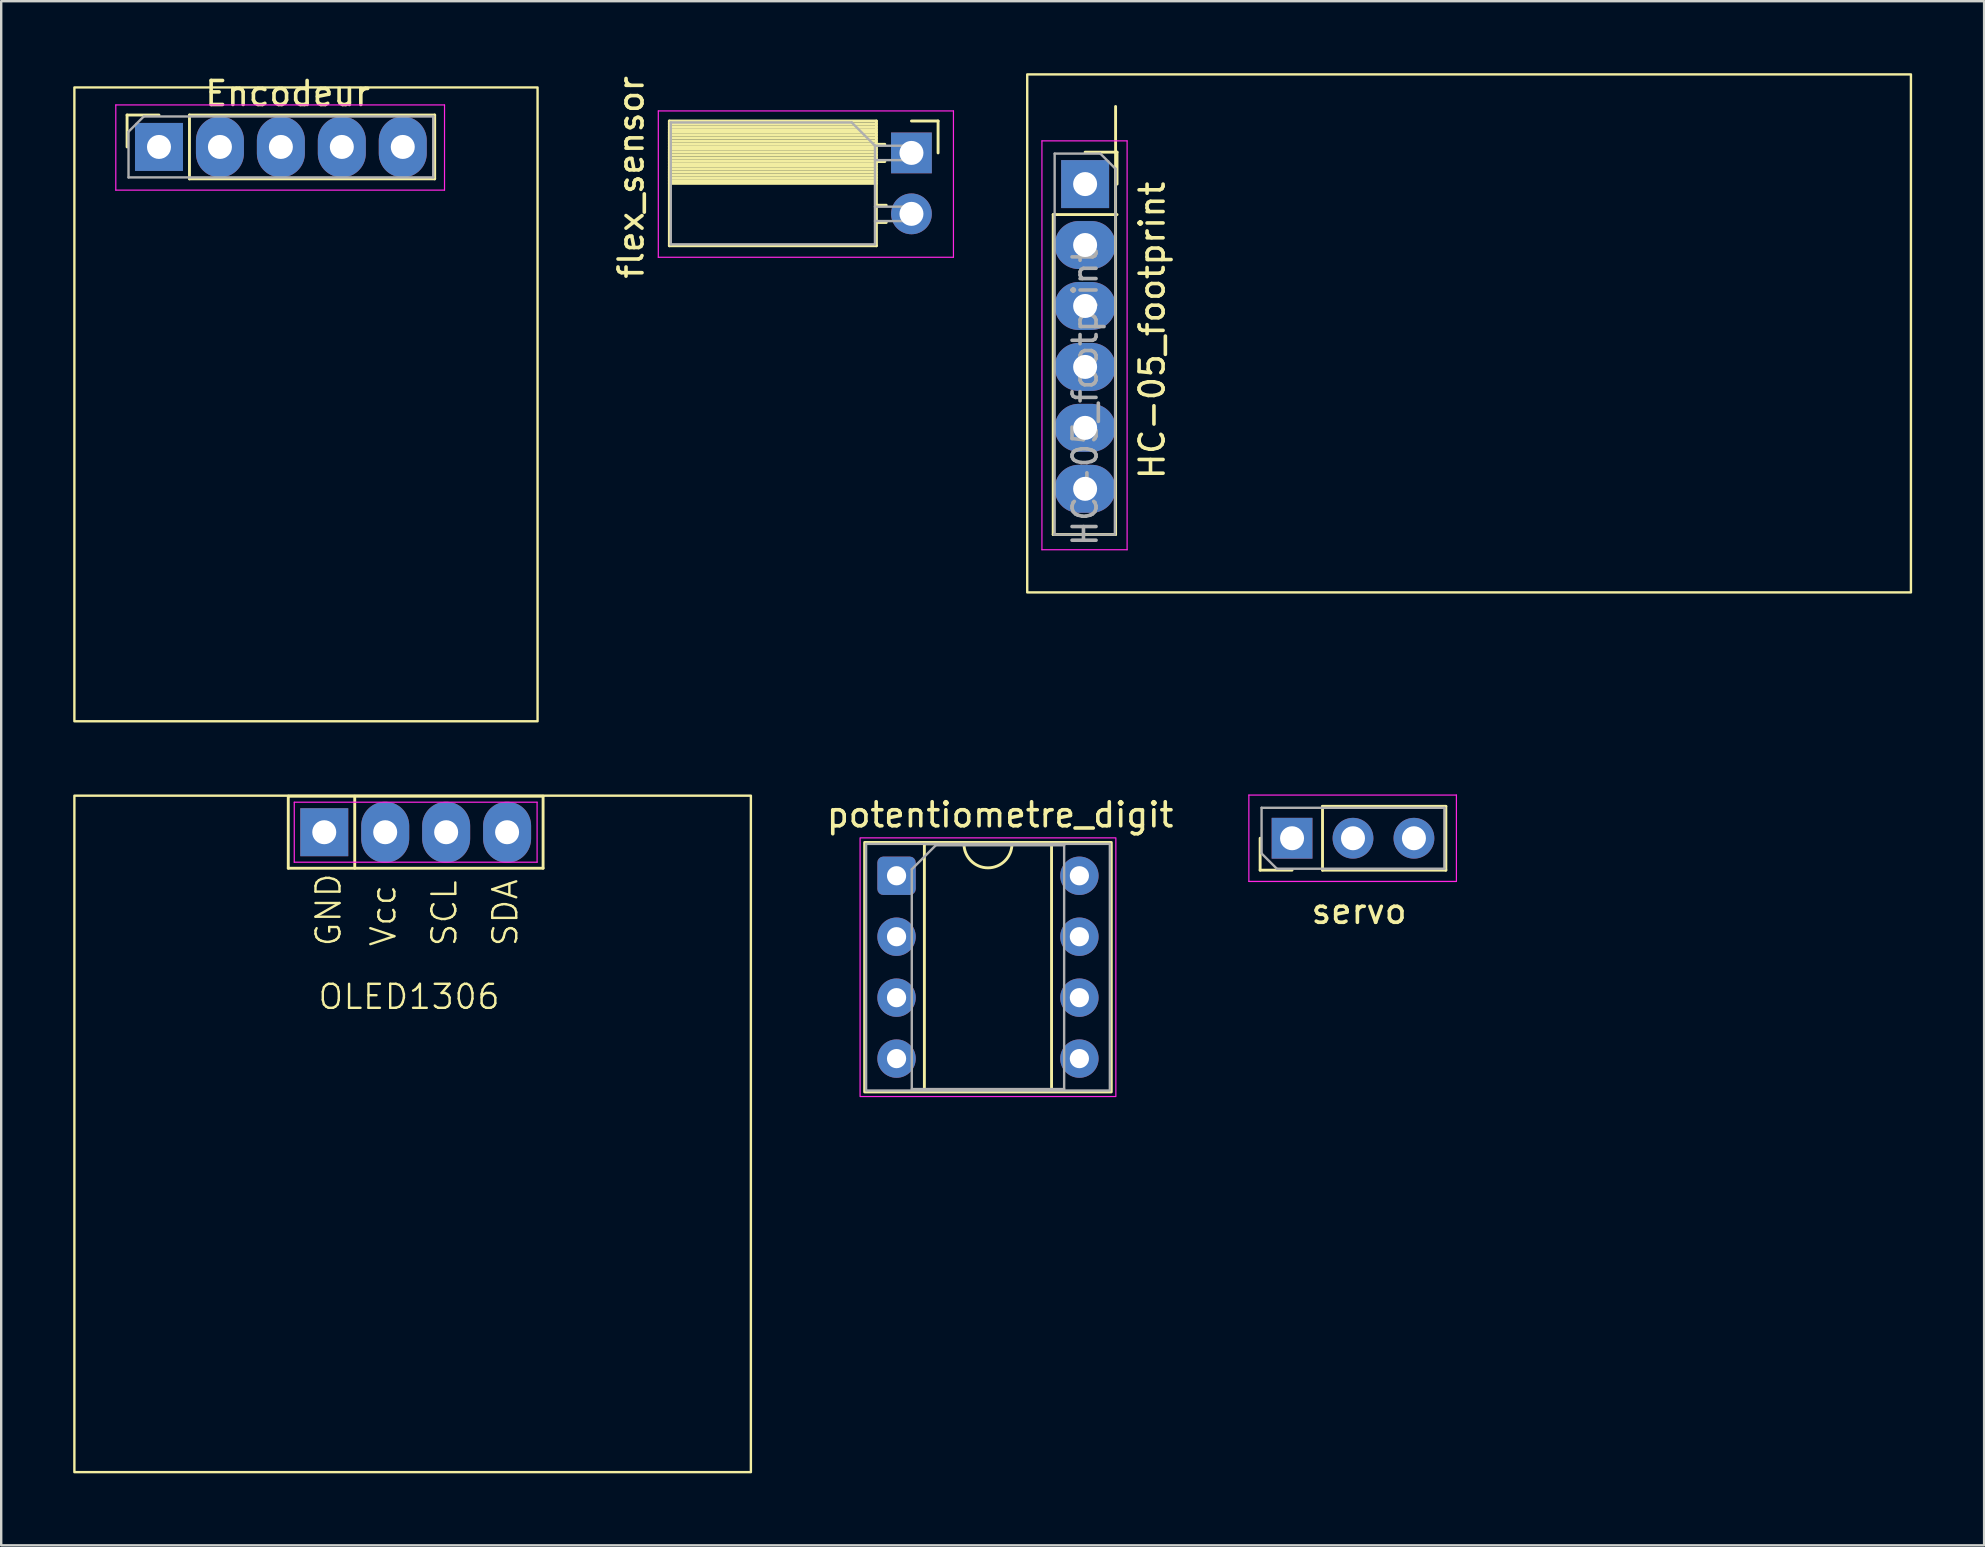
<source format=kicad_pcb>
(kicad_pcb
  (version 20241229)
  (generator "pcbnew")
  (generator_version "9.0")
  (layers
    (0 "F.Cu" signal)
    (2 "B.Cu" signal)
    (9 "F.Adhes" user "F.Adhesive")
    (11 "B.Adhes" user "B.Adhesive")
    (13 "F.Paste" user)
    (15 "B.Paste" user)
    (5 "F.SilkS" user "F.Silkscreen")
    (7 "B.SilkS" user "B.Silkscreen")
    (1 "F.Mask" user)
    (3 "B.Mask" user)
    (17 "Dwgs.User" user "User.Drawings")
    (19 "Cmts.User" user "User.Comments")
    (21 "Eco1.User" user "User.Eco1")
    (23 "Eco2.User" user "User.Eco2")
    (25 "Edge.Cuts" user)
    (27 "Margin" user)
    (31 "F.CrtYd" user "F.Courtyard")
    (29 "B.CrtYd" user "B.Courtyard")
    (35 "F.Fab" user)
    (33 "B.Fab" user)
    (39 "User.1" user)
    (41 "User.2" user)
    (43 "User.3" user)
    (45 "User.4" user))
  (footprint "flex_sensor"
    (layer "F.Cu")
    (at 34.936 3.323)
    (property "Reference" "flex_sensor" (at -11.684 1.016 90) (layer "F.SilkS") (effects (font (size 1 1) (thickness 0.15))))
    (attr through_hole)
    (fp_line (start -10.09 -1.33) (end -10.09 3.87) (stroke (width 0.12) (type solid)) (layer "F.SilkS"))
    (fp_line (start -10.09 -1.33) (end -1.46 -1.33) (stroke (width 0.12) (type solid)) (layer "F.SilkS"))
    (fp_line (start -10.09 -1.21) (end -1.46 -1.21) (stroke (width 0.12) (type solid)) (layer "F.SilkS"))
    (fp_line (start -10.09 -1.092) (end -1.46 -1.092) (stroke (width 0.12) (type solid)) (layer "F.SilkS"))
    (fp_line (start -10.09 -0.974) (end -1.46 -0.974) (stroke (width 0.12) (type solid)) (layer "F.SilkS"))
    (fp_line (start -10.09 -0.856) (end -1.46 -0.856) (stroke (width 0.12) (type solid)) (layer "F.SilkS"))
    (fp_line (start -10.09 -0.738) (end -1.46 -0.738) (stroke (width 0.12) (type solid)) (layer "F.SilkS"))
    (fp_line (start -10.09 -0.62) (end -1.46 -0.62) (stroke (width 0.12) (type solid)) (layer "F.SilkS"))
    (fp_line (start -10.09 -0.501) (end -1.46 -0.501) (stroke (width 0.12) (type solid)) (layer "F.SilkS"))
    (fp_line (start -10.09 -0.383) (end -1.46 -0.383) (stroke (width 0.12) (type solid)) (layer "F.SilkS"))
    (fp_line (start -10.09 -0.265) (end -1.46 -0.265) (stroke (width 0.12) (type solid)) (layer "F.SilkS"))
    (fp_line (start -10.09 -0.147) (end -1.46 -0.147) (stroke (width 0.12) (type solid)) (layer "F.SilkS"))
    (fp_line (start -10.09 -0.029) (end -1.46 -0.029) (stroke (width 0.12) (type solid)) (layer "F.SilkS"))
    (fp_line (start -10.09 0.089) (end -1.46 0.089) (stroke (width 0.12) (type solid)) (layer "F.SilkS"))
    (fp_line (start -10.09 0.207) (end -1.46 0.207) (stroke (width 0.12) (type solid)) (layer "F.SilkS"))
    (fp_line (start -10.09 0.325) (end -1.46 0.325) (stroke (width 0.12) (type solid)) (layer "F.SilkS"))
    (fp_line (start -10.09 0.443) (end -1.46 0.443) (stroke (width 0.12) (type solid)) (layer "F.SilkS"))
    (fp_line (start -10.09 0.561) (end -1.46 0.561) (stroke (width 0.12) (type solid)) (layer "F.SilkS"))
    (fp_line (start -10.09 0.68) (end -1.46 0.68) (stroke (width 0.12) (type solid)) (layer "F.SilkS"))
    (fp_line (start -10.09 0.798) (end -1.46 0.798) (stroke (width 0.12) (type solid)) (layer "F.SilkS"))
    (fp_line (start -10.09 0.916) (end -1.46 0.916) (stroke (width 0.12) (type solid)) (layer "F.SilkS"))
    (fp_line (start -10.09 1.034) (end -1.46 1.034) (stroke (width 0.12) (type solid)) (layer "F.SilkS"))
    (fp_line (start -10.09 1.152) (end -1.46 1.152) (stroke (width 0.12) (type solid)) (layer "F.SilkS"))
    (fp_line (start -10.09 1.27) (end -1.46 1.27) (stroke (width 0.12) (type solid)) (layer "F.SilkS"))
    (fp_line (start -10.09 3.87) (end -1.46 3.87) (stroke (width 0.12) (type solid)) (layer "F.SilkS"))
    (fp_line (start -1.46 -1.33) (end -1.46 3.87) (stroke (width 0.12) (type solid)) (layer "F.SilkS"))
    (fp_line (start -1.46 -0.36) (end -1.11 -0.36) (stroke (width 0.12) (type solid)) (layer "F.SilkS"))
    (fp_line (start -1.46 0.36) (end -1.11 0.36) (stroke (width 0.12) (type solid)) (layer "F.SilkS"))
    (fp_line (start -1.46 2.18) (end -1.05 2.18) (stroke (width 0.12) (type solid)) (layer "F.SilkS"))
    (fp_line (start -1.46 2.9) (end -1.05 2.9) (stroke (width 0.12) (type solid)) (layer "F.SilkS"))
    (fp_line (start 0 -1.33) (end 1.11 -1.33) (stroke (width 0.12) (type solid)) (layer "F.SilkS"))
    (fp_line (start 1.11 -1.33) (end 1.11 0) (stroke (width 0.12) (type solid)) (layer "F.SilkS"))
    (fp_line (start -10.55 -1.75) (end -10.55 4.35) (stroke (width 0.05) (type solid)) (layer "F.CrtYd"))
    (fp_line (start -10.55 4.35) (end 1.75 4.35) (stroke (width 0.05) (type solid)) (layer "F.CrtYd"))
    (fp_line (start 1.75 -1.75) (end -10.55 -1.75) (stroke (width 0.05) (type solid)) (layer "F.CrtYd"))
    (fp_line (start 1.75 4.35) (end 1.75 -1.75) (stroke (width 0.05) (type solid)) (layer "F.CrtYd"))
    (fp_line (start -10.03 -1.27) (end -2.49 -1.27) (stroke (width 0.1) (type solid)) (layer "F.Fab"))
    (fp_line (start -10.03 3.81) (end -10.03 -1.27) (stroke (width 0.1) (type solid)) (layer "F.Fab"))
    (fp_line (start -2.49 -1.27) (end -1.52 -0.3) (stroke (width 0.1) (type solid)) (layer "F.Fab"))
    (fp_line (start -1.52 -0.3) (end -1.52 3.81) (stroke (width 0.1) (type solid)) (layer "F.Fab"))
    (fp_line (start -1.52 0.3) (end 0 0.3) (stroke (width 0.1) (type solid)) (layer "F.Fab"))
    (fp_line (start -1.52 2.84) (end 0 2.84) (stroke (width 0.1) (type solid)) (layer "F.Fab"))
    (fp_line (start -1.52 3.81) (end -10.03 3.81) (stroke (width 0.1) (type solid)) (layer "F.Fab"))
    (fp_line (start 0 -0.3) (end -1.52 -0.3) (stroke (width 0.1) (type solid)) (layer "F.Fab"))
    (fp_line (start 0 0.3) (end 0 -0.3) (stroke (width 0.1) (type solid)) (layer "F.Fab"))
    (fp_line (start 0 2.24) (end -1.52 2.24) (stroke (width 0.1) (type solid)) (layer "F.Fab"))
    (fp_line (start 0 2.84) (end 0 2.24) (stroke (width 0.1) (type solid)) (layer "F.Fab"))
    (pad "1" thru_hole rect (at 0 0) (size 1.7 1.7) (drill 1) (layers "*.Cu" "*.Mask"))
    (pad "2" thru_hole oval (at 0 2.54) (size 1.7 1.7) (drill 1) (layers "*.Cu" "*.Mask")))
  (footprint "Encodeur"
    (layer "F.Cu")
    (at 8.686 3.134)
    (property "Reference" "Encodeur" (at 0.254 -2.286 180) (layer "F.SilkS") (effects (font (size 1 1) (thickness 0.15))))
    (attr through_hole)
    (fp_line (start -6.44 -1.39) (end -5.11 -1.39) (stroke (width 0.12) (type solid)) (layer "F.SilkS"))
    (fp_line (start -6.44 -0.06) (end -6.44 -1.39) (stroke (width 0.12) (type solid)) (layer "F.SilkS"))
    (fp_line (start -3.84 -1.39) (end 6.38 -1.39) (stroke (width 0.12) (type solid)) (layer "F.SilkS"))
    (fp_line (start -3.84 1.27) (end -3.84 -1.39) (stroke (width 0.12) (type solid)) (layer "F.SilkS"))
    (fp_line (start -3.84 1.27) (end 6.38 1.27) (stroke (width 0.12) (type solid)) (layer "F.SilkS"))
    (fp_line (start 6.38 1.27) (end 6.38 -1.39) (stroke (width 0.12) (type solid)) (layer "F.SilkS"))
    (fp_rect (start -8.636 -2.54) (end 10.668 23.876) (stroke (width 0.1) (type default)) (fill no) (layer "F.SilkS"))
    (fp_line (start -6.91 -1.81) (end 6.79 -1.81) (stroke (width 0.05) (type solid)) (layer "F.CrtYd"))
    (fp_line (start -6.91 1.74) (end -6.91 -1.81) (stroke (width 0.05) (type solid)) (layer "F.CrtYd"))
    (fp_line (start 6.79 -1.81) (end 6.79 1.74) (stroke (width 0.05) (type solid)) (layer "F.CrtYd"))
    (fp_line (start 6.79 1.74) (end -6.91 1.74) (stroke (width 0.05) (type solid)) (layer "F.CrtYd"))
    (fp_line (start -6.38 -0.695) (end -5.745 -1.33) (stroke (width 0.1) (type solid)) (layer "F.Fab"))
    (fp_line (start -6.38 1.21) (end -6.38 -0.695) (stroke (width 0.1) (type solid)) (layer "F.Fab"))
    (fp_line (start -5.745 -1.33) (end 6.32 -1.33) (stroke (width 0.1) (type solid)) (layer "F.Fab"))
    (fp_line (start 6.32 -1.33) (end 6.32 1.21) (stroke (width 0.1) (type solid)) (layer "F.Fab"))
    (fp_line (start 6.32 1.21) (end -6.38 1.21) (stroke (width 0.1) (type solid)) (layer "F.Fab"))
    (pad "1" thru_hole rect (at -5.11 -0.06 90) (size 2 2) (drill 1) (layers "*.Cu" "*.Mask"))
    (pad "2" thru_hole oval (at -2.57 -0.06 90) (size 2.54 2) (drill 1) (layers "*.Cu" "*.Mask"))
    (pad "3" thru_hole oval (at -0.03 -0.06 90) (size 2.54 2) (drill 1) (layers "*.Cu" "*.Mask"))
    (pad "4" thru_hole oval (at 2.51 -0.06 90) (size 2.54 2) (drill 1) (layers "*.Cu" "*.Mask"))
    (pad "5" thru_hole oval (at 5.05 -0.06 90) (size 2.54 2) (drill 1) (layers "*.Cu" "*.Mask")))
  (footprint "HC-05_footprint"
    (layer "F.Cu")
    (at 42.174 4.622)
    (property "Reference" "HC-05_footprint" (at 2.794 6.096 90) (layer "F.SilkS") (effects (font (size 1 1) (thickness 0.15))))
    (attr through_hole)
    (fp_line (start -1.33 1.27) (end -1.33 14.605) (stroke (width 0.12) (type solid)) (layer "F.SilkS"))
    (fp_line (start -1.33 1.27) (end 1.33 1.27) (stroke (width 0.12) (type solid)) (layer "F.SilkS"))
    (fp_line (start -1.33 14.605) (end 1.27 14.605) (stroke (width 0.12) (type solid)) (layer "F.SilkS"))
    (fp_line (start 0 -1.33) (end 1.33 -1.33) (stroke (width 0.12) (type solid)) (layer "F.SilkS"))
    (fp_line (start 1.27 -3.235) (end 1.27 14.605) (stroke (width 0.12) (type solid)) (layer "F.SilkS"))
    (fp_line (start 1.33 -1.33) (end 1.33 0) (stroke (width 0.12) (type solid)) (layer "F.SilkS"))
    (fp_rect (start -2.413 -4.572) (end 34.417 17.018) (stroke (width 0.1) (type default)) (fill no) (layer "F.SilkS"))
    (fp_line (start -1.8 -1.8) (end 1.75 -1.8) (stroke (width 0.05) (type solid)) (layer "F.CrtYd"))
    (fp_line (start -1.8 15.24) (end -1.8 -1.8) (stroke (width 0.05) (type solid)) (layer "F.CrtYd"))
    (fp_line (start 1.75 -1.8) (end 1.75 15.24) (stroke (width 0.05) (type solid)) (layer "F.CrtYd"))
    (fp_line (start 1.75 15.24) (end -1.8 15.24) (stroke (width 0.05) (type solid)) (layer "F.CrtYd"))
    (fp_line (start -1.27 -1.27) (end 0.635 -1.27) (stroke (width 0.1) (type solid)) (layer "F.Fab"))
    (fp_line (start -1.27 14.605) (end -1.27 -1.27) (stroke (width 0.1) (type solid)) (layer "F.Fab"))
    (fp_line (start 0.635 -1.27) (end 1.27 -0.635) (stroke (width 0.1) (type solid)) (layer "F.Fab"))
    (fp_line (start 1.24 14.605) (end -1.3 14.605) (stroke (width 0.1) (type solid)) (layer "F.Fab"))
    (fp_line (start 1.27 -0.635) (end 1.24 14.605) (stroke (width 0.1) (type solid)) (layer "F.Fab"))
    (fp_text user "${REFERENCE}" (at 0 8.89 90) (layer "F.Fab") (effects (font (size 1 1) (thickness 0.15))))
    (pad "1" thru_hole rect (at 0 0) (size 2 2) (drill 1) (layers "*.Cu" "*.Mask"))
    (pad "2" thru_hole oval (at 0 2.54) (size 2.54 2) (drill 1) (layers "*.Cu" "*.Mask"))
    (pad "3" thru_hole oval (at 0 5.08) (size 2.54 2) (drill 1) (layers "*.Cu" "*.Mask"))
    (pad "4" thru_hole oval (at 0 7.62) (size 2.54 2) (drill 1) (layers "*.Cu" "*.Mask"))
    (pad "5" thru_hole oval (at 0 10.16) (size 2.54 2) (drill 1) (layers "*.Cu" "*.Mask"))
    (pad "6" thru_hole oval (at 0 12.7) (size 2.54 2) (drill 1) (layers "*.Cu" "*.Mask")))
  (footprint "OLED1306"
    (layer "F.Cu")
    (at 13.744 42.304)
    (property "Reference" "OLED1306" (at 0.254 -3.81 0) (unlocked yes) (layer "F.SilkS") (effects (font (size 1 1) (thickness 0.1))))
    (attr smd)
    (fp_line (start -4.78 -12.17) (end 5.84 -12.17) (stroke (width 0.12) (type default)) (layer "F.SilkS"))
    (fp_line (start -4.78 -9.17) (end -4.78 -12.17) (stroke (width 0.12) (type default)) (layer "F.SilkS"))
    (fp_line (start -2.01 -12.17) (end -2.01 -9.17) (stroke (width 0.12) (type default)) (layer "F.SilkS"))
    (fp_line (start 5.84 -12.17) (end 5.84 -9.17) (stroke (width 0.12) (type default)) (layer "F.SilkS"))
    (fp_line (start 5.84 -9.17) (end -4.78 -9.17) (stroke (width 0.12) (type default)) (layer "F.SilkS"))
    (fp_rect (start -13.694 -12.194) (end 14.5 16) (stroke (width 0.1) (type default)) (fill no) (layer "F.SilkS"))
    (fp_line (start -4.53 -11.92) (end 5.59 -11.92) (stroke (width 0.05) (type default)) (layer "F.CrtYd"))
    (fp_line (start -4.53 -9.42) (end -4.53 -11.92) (stroke (width 0.05) (type default)) (layer "F.CrtYd"))
    (fp_line (start 5.59 -11.92) (end 5.59 -9.42) (stroke (width 0.05) (type default)) (layer "F.CrtYd"))
    (fp_line (start 5.59 -9.42) (end -4.53 -9.42) (stroke (width 0.05) (type default)) (layer "F.CrtYd"))
    (fp_text user "Vcc" (at -0.232 -5.844 90) (unlocked yes) (layer "F.SilkS") (effects (font (size 1 1) (thickness 0.1)) (justify left bottom)))
    (fp_text user "SCL" (at 2.308 -5.844 90) (unlocked yes) (layer "F.SilkS") (effects (font (size 1 1) (thickness 0.1)) (justify left bottom)))
    (fp_text user "SDA" (at 4.848 -5.844 90) (unlocked yes) (layer "F.SilkS") (effects (font (size 1 1) (thickness 0.1)) (justify left bottom)))
    (fp_text user "GND" (at -2.518 -5.844 90) (unlocked yes) (layer "F.SilkS") (effects (font (size 1 1) (thickness 0.1)) (justify left bottom)))
    (pad "1" thru_hole rect (at -3.28 -10.67) (size 2 2) (drill 1) (layers "*.Cu" "*.Mask"))
    (pad "2" thru_hole oval (at -0.74 -10.67) (size 2 2.54) (drill 1) (layers "*.Cu" "*.Mask"))
    (pad "3" thru_hole oval (at 1.8 -10.67) (size 2 2.54) (drill 1) (layers "*.Cu" "*.Mask"))
    (pad "4" thru_hole oval (at 4.34 -10.67) (size 2 2.54) (drill 1) (layers "*.Cu" "*.Mask")))
  (footprint "servo"
    (layer "F.Cu")
    (at 53.338 31.885)
    (property "Reference" "servo" (at 0.254 3.048 180) (layer "F.SilkS") (effects (font (size 1 1) (thickness 0.15))))
    (attr through_hole)
    (fp_line (start -3.87 1.33) (end -3.87 0) (stroke (width 0.12) (type solid)) (layer "F.SilkS"))
    (fp_line (start -2.54 1.33) (end -3.87 1.33) (stroke (width 0.12) (type solid)) (layer "F.SilkS"))
    (fp_line (start -1.27 -1.33) (end 3.87 -1.33) (stroke (width 0.12) (type solid)) (layer "F.SilkS"))
    (fp_line (start -1.27 1.33) (end -1.27 -1.33) (stroke (width 0.12) (type solid)) (layer "F.SilkS"))
    (fp_line (start -1.27 1.33) (end 3.87 1.33) (stroke (width 0.12) (type solid)) (layer "F.SilkS"))
    (fp_line (start 3.87 1.33) (end 3.87 -1.33) (stroke (width 0.12) (type solid)) (layer "F.SilkS"))
    (fp_line (start -4.34 -1.8) (end -4.34 1.8) (stroke (width 0.05) (type solid)) (layer "F.CrtYd"))
    (fp_line (start -4.34 1.8) (end 4.31 1.8) (stroke (width 0.05) (type solid)) (layer "F.CrtYd"))
    (fp_line (start 4.31 -1.8) (end -4.34 -1.8) (stroke (width 0.05) (type solid)) (layer "F.CrtYd"))
    (fp_line (start 4.31 1.8) (end 4.31 -1.8) (stroke (width 0.05) (type solid)) (layer "F.CrtYd"))
    (fp_line (start -3.81 -1.27) (end 3.81 -1.27) (stroke (width 0.1) (type solid)) (layer "F.Fab"))
    (fp_line (start -3.81 0.635) (end -3.81 -1.27) (stroke (width 0.1) (type solid)) (layer "F.Fab"))
    (fp_line (start -3.175 1.27) (end -3.81 0.635) (stroke (width 0.1) (type solid)) (layer "F.Fab"))
    (fp_line (start 3.81 -1.27) (end 3.81 1.27) (stroke (width 0.1) (type solid)) (layer "F.Fab"))
    (fp_line (start 3.81 1.27) (end -3.175 1.27) (stroke (width 0.1) (type solid)) (layer "F.Fab"))
    (pad "1" thru_hole rect (at -2.54 0 90) (size 1.7 1.7) (drill 1) (layers "*.Cu" "*.Mask"))
    (pad "2" thru_hole oval (at 0 0 90) (size 1.7 1.7) (drill 1) (layers "*.Cu" "*.Mask"))
    (pad "3" thru_hole oval (at 2.54 0 90) (size 1.7 1.7) (drill 1) (layers "*.Cu" "*.Mask")))
  (footprint "potentiometre_digit"
    (layer "F.Cu")
    (at 34.315 33.449)
    (property "Reference" "potentiometre_digit" (at 4.318 -2.54 0) (layer "F.SilkS") (effects (font (size 1 1) (thickness 0.15))))
    (attr through_hole)
    (fp_line (start 1.16 -1.33) (end 1.16 8.95) (stroke (width 0.12) (type solid)) (layer "F.SilkS"))
    (fp_line (start 1.16 8.95) (end 6.46 8.95) (stroke (width 0.12) (type solid)) (layer "F.SilkS"))
    (fp_line (start 2.81 -1.33) (end 1.16 -1.33) (stroke (width 0.12) (type solid)) (layer "F.SilkS"))
    (fp_line (start 6.46 -1.33) (end 4.81 -1.33) (stroke (width 0.12) (type solid)) (layer "F.SilkS"))
    (fp_line (start 6.46 8.95) (end 6.46 -1.33) (stroke (width 0.12) (type solid)) (layer "F.SilkS"))
    (fp_rect (start -1.33 -1.39) (end 8.95 9.01) (stroke (width 0.12) (type solid)) (fill no) (layer "F.SilkS"))
    (fp_arc (start 4.81 -1.33) (mid 3.81 -0.33) (end 2.81 -1.33) (stroke (width 0.12) (type solid)) (layer "F.SilkS"))
    (fp_rect (start -1.52 -1.58) (end 9.14 9.2) (stroke (width 0.05) (type solid)) (fill no) (layer "F.CrtYd"))
    (fp_line (start 0.635 -0.27) (end 1.635 -1.27) (stroke (width 0.1) (type solid)) (layer "F.Fab"))
    (fp_line (start 0.635 8.89) (end 0.635 -0.27) (stroke (width 0.1) (type solid)) (layer "F.Fab"))
    (fp_line (start 1.635 -1.27) (end 6.985 -1.27) (stroke (width 0.1) (type solid)) (layer "F.Fab"))
    (fp_line (start 6.985 -1.27) (end 6.985 8.89) (stroke (width 0.1) (type solid)) (layer "F.Fab"))
    (fp_line (start 6.985 8.89) (end 0.635 8.89) (stroke (width 0.1) (type solid)) (layer "F.Fab"))
    (fp_rect (start -1.27 -1.33) (end 8.89 8.95) (stroke (width 0.1) (type solid)) (fill no) (layer "F.Fab"))
    (pad "1" thru_hole roundrect (at 0 0) (size 1.6 1.6) (drill 0.8) (layers "*.Cu" "*.Mask") (roundrect_rratio 0.156))
    (pad "2" thru_hole circle (at 0 2.54) (size 1.6 1.6) (drill 0.8) (layers "*.Cu" "*.Mask"))
    (pad "3" thru_hole circle (at 0 5.08) (size 1.6 1.6) (drill 0.8) (layers "*.Cu" "*.Mask"))
    (pad "4" thru_hole circle (at 0 7.62) (size 1.6 1.6) (drill 0.8) (layers "*.Cu" "*.Mask"))
    (pad "5" thru_hole circle (at 7.62 7.62) (size 1.6 1.6) (drill 0.8) (layers "*.Cu" "*.Mask"))
    (pad "6" thru_hole circle (at 7.62 5.08) (size 1.6 1.6) (drill 0.8) (layers "*.Cu" "*.Mask"))
    (pad "7" thru_hole circle (at 7.62 2.54) (size 1.6 1.6) (drill 0.8) (layers "*.Cu" "*.Mask"))
    (pad "8" thru_hole circle (at 7.62 0) (size 1.6 1.6) (drill 0.8) (layers "*.Cu" "*.Mask")))
  (gr_rect
    (start -3 -3)
    (end 79.641 61.354)
    (stroke (width 0.1) (type default))
    (fill no)
    (layer "Edge.Cuts")))
</source>
